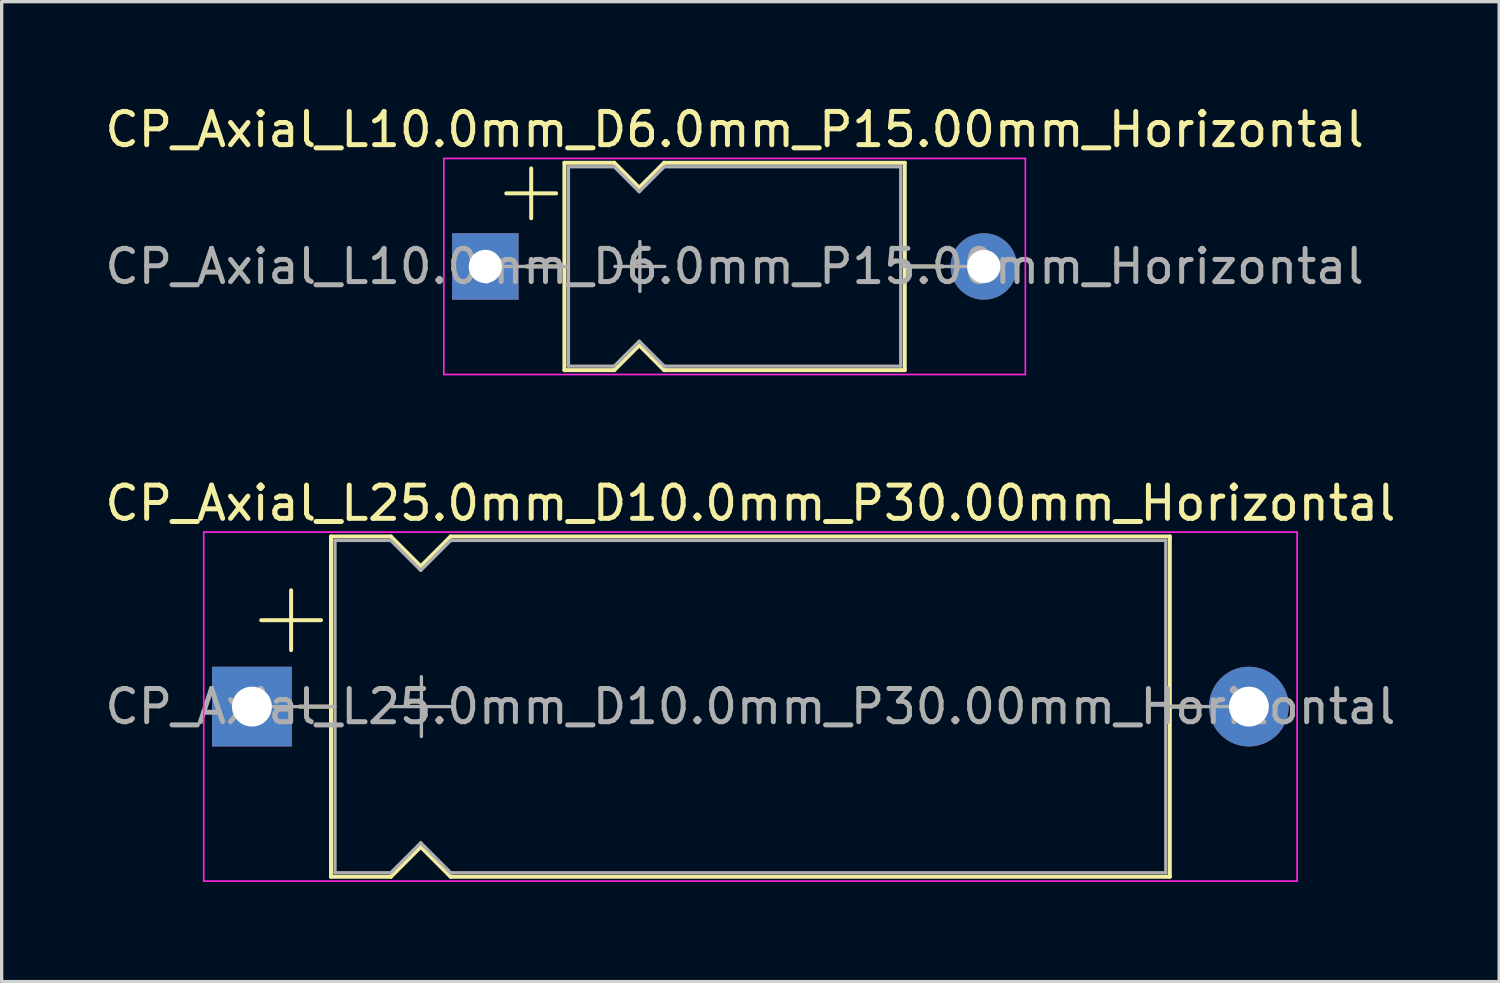
<source format=kicad_pcb>
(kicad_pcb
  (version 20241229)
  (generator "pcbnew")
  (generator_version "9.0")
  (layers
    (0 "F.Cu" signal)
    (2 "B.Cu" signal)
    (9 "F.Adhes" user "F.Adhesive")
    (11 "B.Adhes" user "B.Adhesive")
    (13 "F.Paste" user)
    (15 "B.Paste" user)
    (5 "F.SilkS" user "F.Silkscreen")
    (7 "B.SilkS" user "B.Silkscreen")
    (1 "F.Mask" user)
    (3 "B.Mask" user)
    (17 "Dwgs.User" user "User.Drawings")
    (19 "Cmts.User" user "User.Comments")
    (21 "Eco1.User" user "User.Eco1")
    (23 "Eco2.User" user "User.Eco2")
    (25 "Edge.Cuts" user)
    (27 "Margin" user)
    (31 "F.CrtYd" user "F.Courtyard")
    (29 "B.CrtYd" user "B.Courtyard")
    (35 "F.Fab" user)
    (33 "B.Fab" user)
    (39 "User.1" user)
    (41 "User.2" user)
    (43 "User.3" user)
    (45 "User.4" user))
  (footprint "CP_Axial_L25.0mm_D10.0mm_P30.00mm_Horizontal"
    (layer "F.Cu")
    (at 4.53 18.212)
    (property "Reference" "CP_Axial_L25.0mm_D10.0mm_P30.00mm_Horizontal" (at 15 -6.12 0) (layer "F.SilkS") (effects (font (size 1 1) (thickness 0.15))))
    (attr through_hole)
    (fp_line (start 0.28 -2.6) (end 2.08 -2.6) (stroke (width 0.12) (type solid)) (layer "F.SilkS"))
    (fp_line (start 1.18 -3.5) (end 1.18 -1.7) (stroke (width 0.12) (type solid)) (layer "F.SilkS"))
    (fp_line (start 1.44 0) (end 2.38 0) (stroke (width 0.12) (type solid)) (layer "F.SilkS"))
    (fp_line (start 2.38 -5.12) (end 2.38 5.12) (stroke (width 0.12) (type solid)) (layer "F.SilkS"))
    (fp_line (start 2.38 -5.12) (end 4.18 -5.12) (stroke (width 0.12) (type solid)) (layer "F.SilkS"))
    (fp_line (start 2.38 5.12) (end 4.18 5.12) (stroke (width 0.12) (type solid)) (layer "F.SilkS"))
    (fp_line (start 4.18 -5.12) (end 5.08 -4.22) (stroke (width 0.12) (type solid)) (layer "F.SilkS"))
    (fp_line (start 4.18 5.12) (end 5.08 4.22) (stroke (width 0.12) (type solid)) (layer "F.SilkS"))
    (fp_line (start 5.08 -4.22) (end 5.98 -5.12) (stroke (width 0.12) (type solid)) (layer "F.SilkS"))
    (fp_line (start 5.08 4.22) (end 5.98 5.12) (stroke (width 0.12) (type solid)) (layer "F.SilkS"))
    (fp_line (start 5.98 -5.12) (end 27.62 -5.12) (stroke (width 0.12) (type solid)) (layer "F.SilkS"))
    (fp_line (start 5.98 5.12) (end 27.62 5.12) (stroke (width 0.12) (type solid)) (layer "F.SilkS"))
    (fp_line (start 27.62 -5.12) (end 27.62 5.12) (stroke (width 0.12) (type solid)) (layer "F.SilkS"))
    (fp_line (start 28.56 0) (end 27.62 0) (stroke (width 0.12) (type solid)) (layer "F.SilkS"))
    (fp_line (start -1.45 -5.25) (end -1.45 5.25) (stroke (width 0.05) (type solid)) (layer "F.CrtYd"))
    (fp_line (start -1.45 5.25) (end 31.45 5.25) (stroke (width 0.05) (type solid)) (layer "F.CrtYd"))
    (fp_line (start 31.45 -5.25) (end -1.45 -5.25) (stroke (width 0.05) (type solid)) (layer "F.CrtYd"))
    (fp_line (start 31.45 5.25) (end 31.45 -5.25) (stroke (width 0.05) (type solid)) (layer "F.CrtYd"))
    (fp_line (start 0 0) (end 2.5 0) (stroke (width 0.1) (type solid)) (layer "F.Fab"))
    (fp_line (start 2.5 -5) (end 2.5 5) (stroke (width 0.1) (type solid)) (layer "F.Fab"))
    (fp_line (start 2.5 -5) (end 4.18 -5) (stroke (width 0.1) (type solid)) (layer "F.Fab"))
    (fp_line (start 2.5 5) (end 4.18 5) (stroke (width 0.1) (type solid)) (layer "F.Fab"))
    (fp_line (start 4.18 -5) (end 5.08 -4.1) (stroke (width 0.1) (type solid)) (layer "F.Fab"))
    (fp_line (start 4.18 5) (end 5.08 4.1) (stroke (width 0.1) (type solid)) (layer "F.Fab"))
    (fp_line (start 4.2 0) (end 6 0) (stroke (width 0.1) (type solid)) (layer "F.Fab"))
    (fp_line (start 5.08 -4.1) (end 5.98 -5) (stroke (width 0.1) (type solid)) (layer "F.Fab"))
    (fp_line (start 5.08 4.1) (end 5.98 5) (stroke (width 0.1) (type solid)) (layer "F.Fab"))
    (fp_line (start 5.1 -0.9) (end 5.1 0.9) (stroke (width 0.1) (type solid)) (layer "F.Fab"))
    (fp_line (start 5.98 -5) (end 27.5 -5) (stroke (width 0.1) (type solid)) (layer "F.Fab"))
    (fp_line (start 5.98 5) (end 27.5 5) (stroke (width 0.1) (type solid)) (layer "F.Fab"))
    (fp_line (start 27.5 -5) (end 27.5 5) (stroke (width 0.1) (type solid)) (layer "F.Fab"))
    (fp_line (start 30 0) (end 27.5 0) (stroke (width 0.1) (type solid)) (layer "F.Fab"))
    (fp_text user "${REFERENCE}" (at 15 0 0) (layer "F.Fab") (effects (font (size 1 1) (thickness 0.15))))
    (pad "1" thru_hole rect (at 0 0) (size 2.4 2.4) (drill 1.2) (layers "*.Cu" "*.Mask"))
    (pad "2" thru_hole oval (at 30 0) (size 2.4 2.4) (drill 1.2) (layers "*.Cu" "*.Mask")))
  (footprint "CP_Axial_L10.0mm_D6.0mm_P15.00mm_Horizontal"
    (layer "F.Cu")
    (at 11.554 4.968)
    (property "Reference" "CP_Axial_L10.0mm_D6.0mm_P15.00mm_Horizontal" (at 7.5 -4.12 0) (layer "F.SilkS") (effects (font (size 1 1) (thickness 0.15))))
    (attr through_hole)
    (fp_line (start 0.63 -2.2) (end 2.13 -2.2) (stroke (width 0.12) (type solid)) (layer "F.SilkS"))
    (fp_line (start 1.24 0) (end 2.38 0) (stroke (width 0.12) (type solid)) (layer "F.SilkS"))
    (fp_line (start 1.38 -2.95) (end 1.38 -1.45) (stroke (width 0.12) (type solid)) (layer "F.SilkS"))
    (fp_line (start 2.38 -3.12) (end 2.38 3.12) (stroke (width 0.12) (type solid)) (layer "F.SilkS"))
    (fp_line (start 2.38 -3.12) (end 3.88 -3.12) (stroke (width 0.12) (type solid)) (layer "F.SilkS"))
    (fp_line (start 2.38 3.12) (end 3.88 3.12) (stroke (width 0.12) (type solid)) (layer "F.SilkS"))
    (fp_line (start 3.88 -3.12) (end 4.63 -2.37) (stroke (width 0.12) (type solid)) (layer "F.SilkS"))
    (fp_line (start 3.88 3.12) (end 4.63 2.37) (stroke (width 0.12) (type solid)) (layer "F.SilkS"))
    (fp_line (start 4.63 -2.37) (end 5.38 -3.12) (stroke (width 0.12) (type solid)) (layer "F.SilkS"))
    (fp_line (start 4.63 2.37) (end 5.38 3.12) (stroke (width 0.12) (type solid)) (layer "F.SilkS"))
    (fp_line (start 5.38 -3.12) (end 12.62 -3.12) (stroke (width 0.12) (type solid)) (layer "F.SilkS"))
    (fp_line (start 5.38 3.12) (end 12.62 3.12) (stroke (width 0.12) (type solid)) (layer "F.SilkS"))
    (fp_line (start 12.62 -3.12) (end 12.62 3.12) (stroke (width 0.12) (type solid)) (layer "F.SilkS"))
    (fp_line (start 13.76 0) (end 12.62 0) (stroke (width 0.12) (type solid)) (layer "F.SilkS"))
    (fp_line (start -1.25 -3.25) (end -1.25 3.25) (stroke (width 0.05) (type solid)) (layer "F.CrtYd"))
    (fp_line (start -1.25 3.25) (end 16.25 3.25) (stroke (width 0.05) (type solid)) (layer "F.CrtYd"))
    (fp_line (start 16.25 -3.25) (end -1.25 -3.25) (stroke (width 0.05) (type solid)) (layer "F.CrtYd"))
    (fp_line (start 16.25 3.25) (end 16.25 -3.25) (stroke (width 0.05) (type solid)) (layer "F.CrtYd"))
    (fp_line (start 0 0) (end 2.5 0) (stroke (width 0.1) (type solid)) (layer "F.Fab"))
    (fp_line (start 2.5 -3) (end 2.5 3) (stroke (width 0.1) (type solid)) (layer "F.Fab"))
    (fp_line (start 2.5 -3) (end 3.88 -3) (stroke (width 0.1) (type solid)) (layer "F.Fab"))
    (fp_line (start 2.5 3) (end 3.88 3) (stroke (width 0.1) (type solid)) (layer "F.Fab"))
    (fp_line (start 3.88 -3) (end 4.63 -2.25) (stroke (width 0.1) (type solid)) (layer "F.Fab"))
    (fp_line (start 3.88 3) (end 4.63 2.25) (stroke (width 0.1) (type solid)) (layer "F.Fab"))
    (fp_line (start 3.9 0) (end 5.4 0) (stroke (width 0.1) (type solid)) (layer "F.Fab"))
    (fp_line (start 4.63 -2.25) (end 5.38 -3) (stroke (width 0.1) (type solid)) (layer "F.Fab"))
    (fp_line (start 4.63 2.25) (end 5.38 3) (stroke (width 0.1) (type solid)) (layer "F.Fab"))
    (fp_line (start 4.65 -0.75) (end 4.65 0.75) (stroke (width 0.1) (type solid)) (layer "F.Fab"))
    (fp_line (start 5.38 -3) (end 12.5 -3) (stroke (width 0.1) (type solid)) (layer "F.Fab"))
    (fp_line (start 5.38 3) (end 12.5 3) (stroke (width 0.1) (type solid)) (layer "F.Fab"))
    (fp_line (start 12.5 -3) (end 12.5 3) (stroke (width 0.1) (type solid)) (layer "F.Fab"))
    (fp_line (start 15 0) (end 12.5 0) (stroke (width 0.1) (type solid)) (layer "F.Fab"))
    (fp_text user "${REFERENCE}" (at 7.5 0 0) (layer "F.Fab") (effects (font (size 1 1) (thickness 0.15))))
    (pad "1" thru_hole rect (at 0 0) (size 2 2) (drill 1) (layers "*.Cu" "*.Mask"))
    (pad "2" thru_hole oval (at 15 0) (size 2 2) (drill 1) (layers "*.Cu" "*.Mask")))
  (gr_rect
    (start -3 -3)
    (end 42.06 26.486)
    (stroke (width 0.1) (type default))
    (fill no)
    (layer "Edge.Cuts")))
</source>
